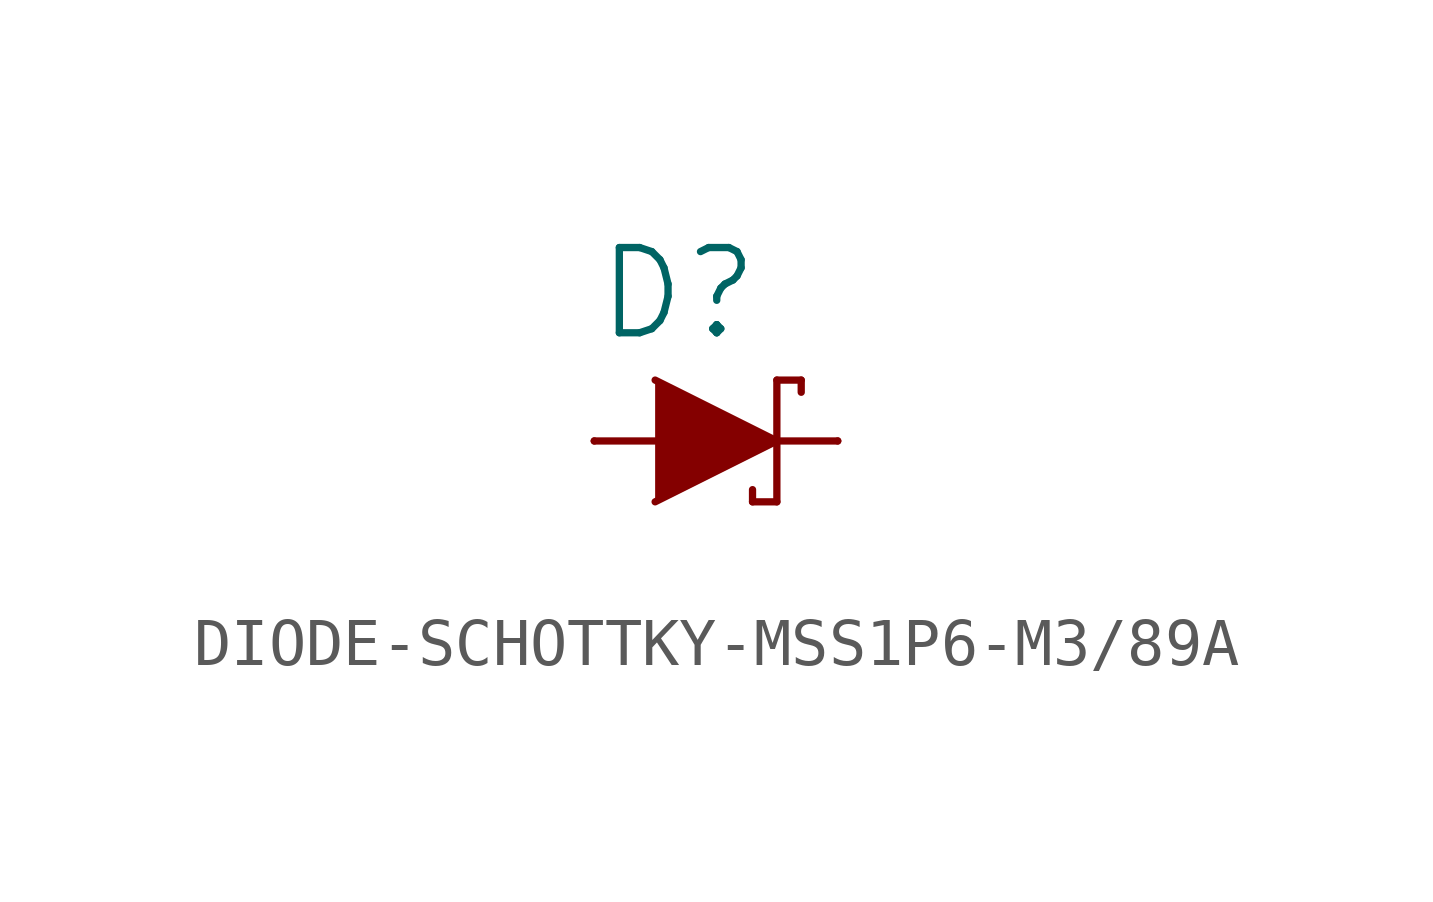
<source format=kicad_sym>
(kicad_symbol_lib
  (version 20241209)
  (generator "kicad_symbol_editor")
  (generator_version "9.0")
  (symbol "DIODE-SCHOTTKY-MSS1P6-M3/89A"
    (property "Reference" "D"
      (at -2.54 2.032 0)
      (effects (font (size 1.778 1.778)) (justify left bottom)))
    (property "Value" ""
      (at -2.54 -2.032 0)
      (effects (font (size 1.778 1.778)) (justify left top)))
    (property "ki_locked" ""
      (at 0 0 0)
      (effects (font (size 1.27 1.27))))
    (symbol "DIODE-SCHOTTKY-MSS1P6-M3/89A_1_0"
      (polyline (pts (xy -2.54 0) (xy -1.27 0)) (stroke (width 0.152) (type solid)) (fill (type none)))
      (polyline (pts (xy -1.27 -1.27) (xy 1.27 0) (xy -1.27 1.27)) (stroke (width 0.152) (type solid)) (fill (type outline)))
      (polyline (pts (xy 0.762 -1.27) (xy 0.762 -1.016)) (stroke (width 0.152) (type solid)) (fill (type none)))
      (polyline (pts (xy 1.27 1.27) (xy 1.27 0)) (stroke (width 0.152) (type solid)) (fill (type none)))
      (polyline (pts (xy 1.27 1.27) (xy 1.778 1.27)) (stroke (width 0.152) (type solid)) (fill (type none)))
      (polyline (pts (xy 1.27 0) (xy 1.27 -1.27)) (stroke (width 0.152) (type solid)) (fill (type none)))
      (polyline (pts (xy 1.27 -1.27) (xy 0.762 -1.27)) (stroke (width 0.152) (type solid)) (fill (type none)))
      (polyline (pts (xy 1.778 1.27) (xy 1.778 1.016)) (stroke (width 0.152) (type solid)) (fill (type none)))
      (polyline (pts (xy 2.54 0) (xy 1.27 0)) (stroke (width 0.152) (type solid)) (fill (type none)))
      (pin passive line (at -2.54 0 0) (length 0) (name "A" (effects (font (size 0 0)))) (number "A" (effects (font (size 0 0)))))
      (pin passive line (at 2.54 0 180) (length 0) (name "C" (effects (font (size 0 0)))) (number "C" (effects (font (size 0 0))))))))
</source>
